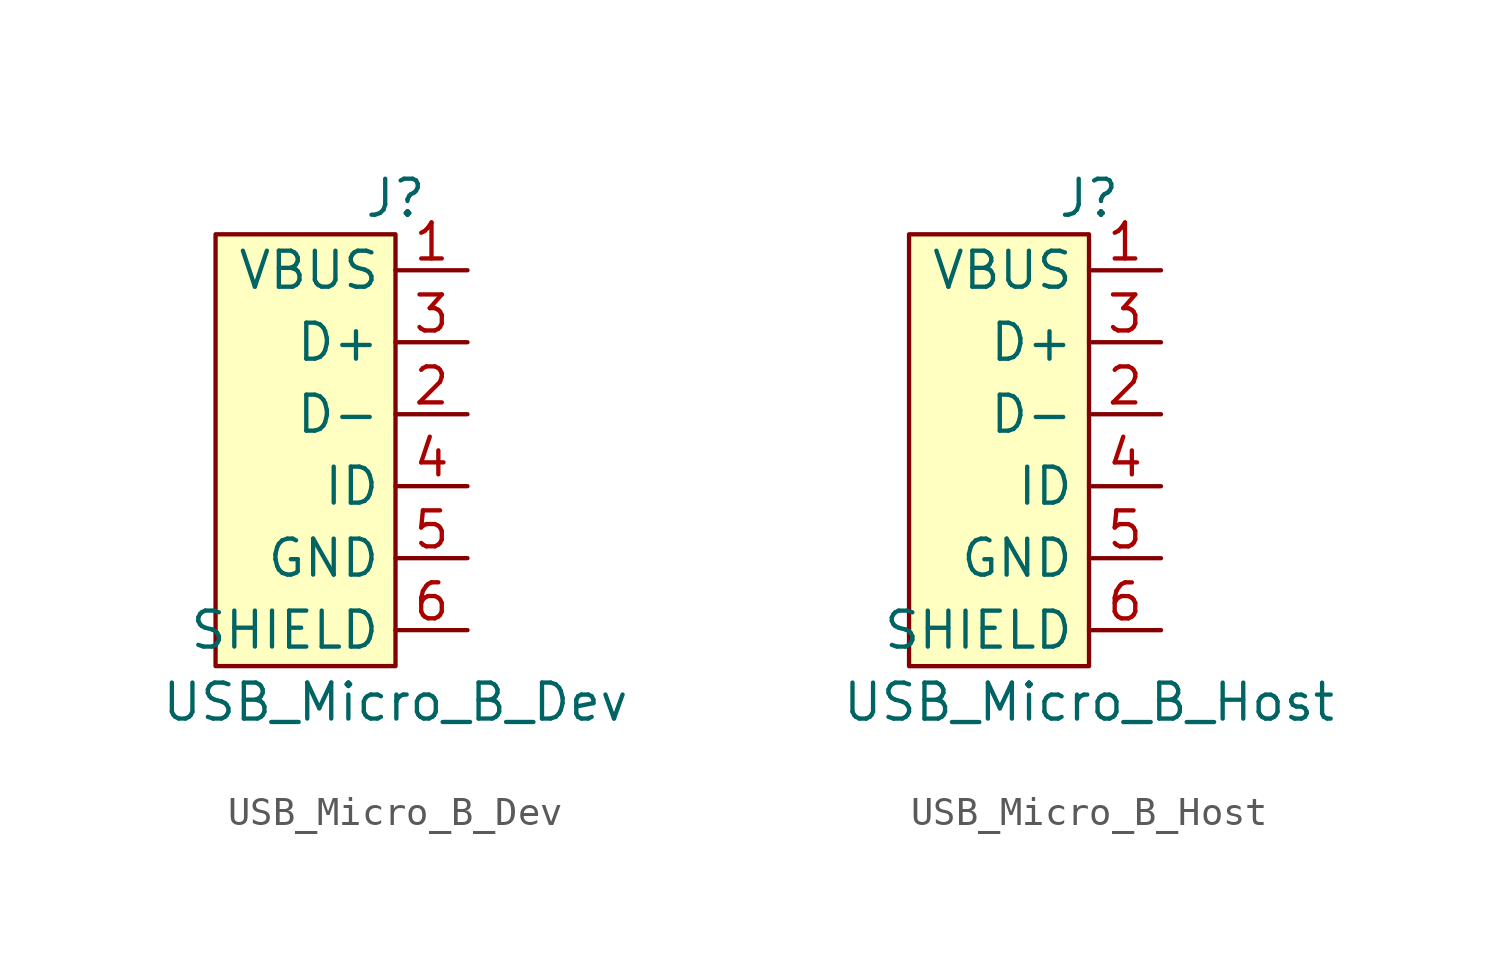
<source format=kicad_sym>
(kicad_symbol_lib
  (version 20220914)
  (generator kicad_symbol_editor)
  (symbol "USB_Micro_B_Dev"
    (property "Reference" "J"
      (at 0 8.89 0)
      (effects (font (size 1.27 1.27))))
    (property "Value" "USB_Micro_B_Dev"
      (at 0 -8.89 0)
      (effects (font (size 1.27 1.27))))
    (symbol "USB_Micro_B_Dev_1_1"
      (rectangle (start -6.35 7.62) (end 0 -7.62) (stroke (width 0) (type default)) (fill (type background)))
      (pin power_out line (at 2.54 6.35 180) (length 2.54) (name "VBUS" (effects (font (size 1.27 1.27)))) (number "1" (effects (font (size 1.27 1.27)))))
      (pin bidirectional line (at 2.54 1.27 180) (length 2.54) (name "D-" (effects (font (size 1.27 1.27)))) (number "2" (effects (font (size 1.27 1.27)))))
      (pin bidirectional line (at 2.54 3.81 180) (length 2.54) (name "D+" (effects (font (size 1.27 1.27)))) (number "3" (effects (font (size 1.27 1.27)))))
      (pin passive line (at 2.54 -1.27 180) (length 2.54) (name "ID" (effects (font (size 1.27 1.27)))) (number "4" (effects (font (size 1.27 1.27)))))
      (pin power_in line (at 2.54 -3.81 180) (length 2.54) (name "GND" (effects (font (size 1.27 1.27)))) (number "5" (effects (font (size 1.27 1.27)))))
      (pin power_in line (at 2.54 -6.35 180) (length 2.54) (name "SHIELD" (effects (font (size 1.27 1.27)))) (number "6" (effects (font (size 1.27 1.27)))))))
  (symbol "USB_Micro_B_Host"
    (property "Reference" "J"
      (at 0 8.89 0)
      (effects (font (size 1.27 1.27))))
    (property "Value" "USB_Micro_B_Host"
      (at 0 -8.89 0)
      (effects (font (size 1.27 1.27))))
    (symbol "USB_Micro_B_Host_1_1"
      (rectangle (start -6.35 7.62) (end 0 -7.62) (stroke (width 0) (type default)) (fill (type background)))
      (pin power_in line (at 2.54 6.35 180) (length 2.54) (name "VBUS" (effects (font (size 1.27 1.27)))) (number "1" (effects (font (size 1.27 1.27)))))
      (pin bidirectional line (at 2.54 1.27 180) (length 2.54) (name "D-" (effects (font (size 1.27 1.27)))) (number "2" (effects (font (size 1.27 1.27)))))
      (pin bidirectional line (at 2.54 3.81 180) (length 2.54) (name "D+" (effects (font (size 1.27 1.27)))) (number "3" (effects (font (size 1.27 1.27)))))
      (pin passive line (at 2.54 -1.27 180) (length 2.54) (name "ID" (effects (font (size 1.27 1.27)))) (number "4" (effects (font (size 1.27 1.27)))))
      (pin power_in line (at 2.54 -3.81 180) (length 2.54) (name "GND" (effects (font (size 1.27 1.27)))) (number "5" (effects (font (size 1.27 1.27)))))
      (pin power_in line (at 2.54 -6.35 180) (length 2.54) (name "SHIELD" (effects (font (size 1.27 1.27)))) (number "6" (effects (font (size 1.27 1.27))))))))
</source>
